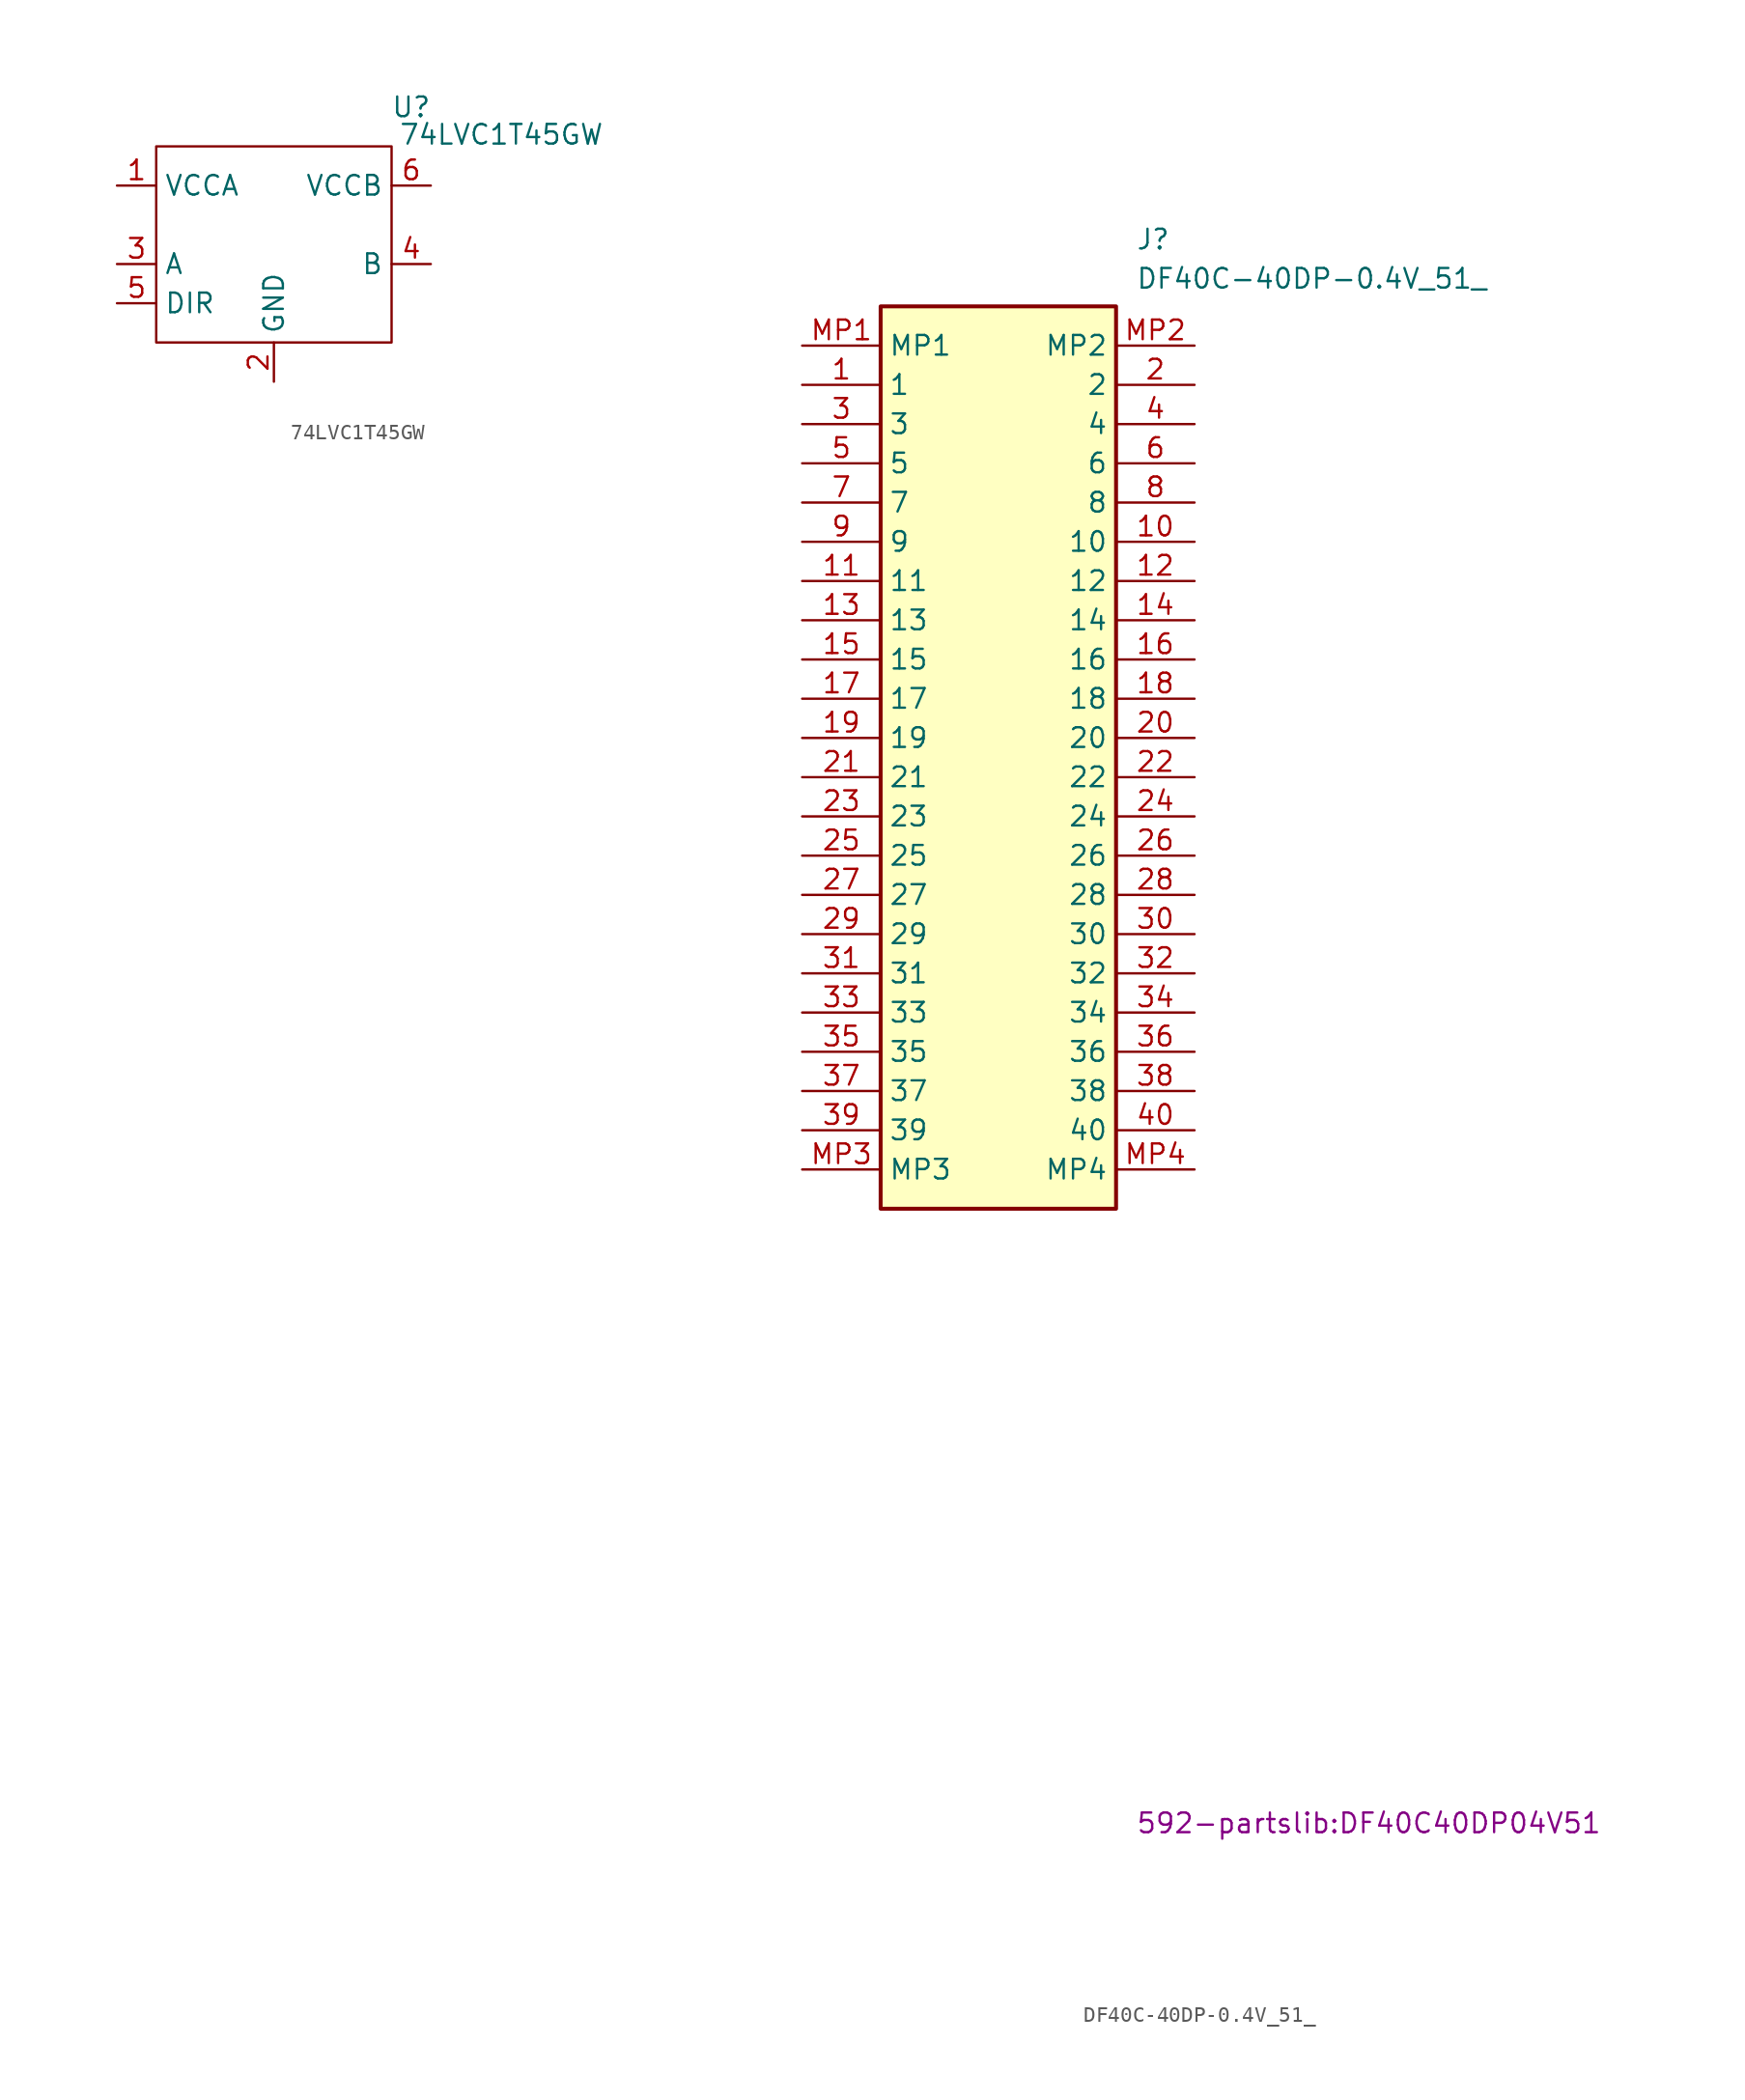
<source format=kicad_sym>
(kicad_symbol_lib
  (version 20241209)
  (generator "kicad_symbol_editor")
  (generator_version "9.0")
  (symbol "74LVC1T45GW"
    (property "Reference" "U"
      (at 8.89 8.89 0)
      (effects (font (size 1.27 1.27))))
    (property "Value" "74LVC1T45GW"
      (at 14.732 7.112 0)
      (effects (font (size 1.27 1.27))))
    (symbol "74LVC1T45GW_0_1"
      (rectangle (start -7.62 6.35) (end 7.62 -6.35) (stroke (width 0) (type default)) (fill (type none))))
    (symbol "74LVC1T45GW_1_1"
      (pin power_in line (at -10.16 3.81 0) (length 2.54) (name "VCCA" (effects (font (size 1.27 1.27)))) (number "1" (effects (font (size 1.27 1.27)))))
      (pin bidirectional line (at -10.16 -1.27 0) (length 2.54) (name "A" (effects (font (size 1.27 1.27)))) (number "3" (effects (font (size 1.27 1.27)))))
      (pin input line (at -10.16 -3.81 0) (length 2.54) (name "DIR" (effects (font (size 1.27 1.27)))) (number "5" (effects (font (size 1.27 1.27)))))
      (pin power_in line (at 0 -8.89 90) (length 2.54) (name "GND" (effects (font (size 1.27 1.27)))) (number "2" (effects (font (size 1.27 1.27)))))
      (pin power_in line (at 10.16 3.81 180) (length 2.54) (name "VCCB" (effects (font (size 1.27 1.27)))) (number "6" (effects (font (size 1.27 1.27)))))
      (pin bidirectional line (at 10.16 -1.27 180) (length 2.54) (name "B" (effects (font (size 1.27 1.27)))) (number "4" (effects (font (size 1.27 1.27)))))))
  (symbol "DF40C-40DP-0.4V_51_"
    (property "Reference" "J"
      (at 21.59 7.62 0)
      (effects (font (size 1.27 1.27)) (justify left top)))
    (property "Value" "DF40C-40DP-0.4V_51_"
      (at 21.59 5.08 0)
      (effects (font (size 1.27 1.27)) (justify left top)))
    (property "Footprint" "592-partslib:DF40C40DP04V51"
      (at 21.59 -94.92 0)
      (effects (font (size 1.27 1.27)) (justify left top)))
    (symbol "DF40C-40DP-0.4V_51__1_1"
      (rectangle (start 5.08 2.54) (end 20.32 -55.88) (stroke (width 0.254) (type default)) (fill (type background)))
      (pin passive line (at 0 0 0) (length 5.08) (name "MP1" (effects (font (size 1.27 1.27)))) (number "MP1" (effects (font (size 1.27 1.27)))))
      (pin passive line (at 0 -2.54 0) (length 5.08) (name "1" (effects (font (size 1.27 1.27)))) (number "1" (effects (font (size 1.27 1.27)))))
      (pin passive line (at 0 -5.08 0) (length 5.08) (name "3" (effects (font (size 1.27 1.27)))) (number "3" (effects (font (size 1.27 1.27)))))
      (pin passive line (at 0 -7.62 0) (length 5.08) (name "5" (effects (font (size 1.27 1.27)))) (number "5" (effects (font (size 1.27 1.27)))))
      (pin passive line (at 0 -10.16 0) (length 5.08) (name "7" (effects (font (size 1.27 1.27)))) (number "7" (effects (font (size 1.27 1.27)))))
      (pin passive line (at 0 -12.7 0) (length 5.08) (name "9" (effects (font (size 1.27 1.27)))) (number "9" (effects (font (size 1.27 1.27)))))
      (pin passive line (at 0 -15.24 0) (length 5.08) (name "11" (effects (font (size 1.27 1.27)))) (number "11" (effects (font (size 1.27 1.27)))))
      (pin passive line (at 0 -17.78 0) (length 5.08) (name "13" (effects (font (size 1.27 1.27)))) (number "13" (effects (font (size 1.27 1.27)))))
      (pin passive line (at 0 -20.32 0) (length 5.08) (name "15" (effects (font (size 1.27 1.27)))) (number "15" (effects (font (size 1.27 1.27)))))
      (pin passive line (at 0 -22.86 0) (length 5.08) (name "17" (effects (font (size 1.27 1.27)))) (number "17" (effects (font (size 1.27 1.27)))))
      (pin passive line (at 0 -25.4 0) (length 5.08) (name "19" (effects (font (size 1.27 1.27)))) (number "19" (effects (font (size 1.27 1.27)))))
      (pin passive line (at 0 -27.94 0) (length 5.08) (name "21" (effects (font (size 1.27 1.27)))) (number "21" (effects (font (size 1.27 1.27)))))
      (pin passive line (at 0 -30.48 0) (length 5.08) (name "23" (effects (font (size 1.27 1.27)))) (number "23" (effects (font (size 1.27 1.27)))))
      (pin passive line (at 0 -33.02 0) (length 5.08) (name "25" (effects (font (size 1.27 1.27)))) (number "25" (effects (font (size 1.27 1.27)))))
      (pin passive line (at 0 -35.56 0) (length 5.08) (name "27" (effects (font (size 1.27 1.27)))) (number "27" (effects (font (size 1.27 1.27)))))
      (pin passive line (at 0 -38.1 0) (length 5.08) (name "29" (effects (font (size 1.27 1.27)))) (number "29" (effects (font (size 1.27 1.27)))))
      (pin passive line (at 0 -40.64 0) (length 5.08) (name "31" (effects (font (size 1.27 1.27)))) (number "31" (effects (font (size 1.27 1.27)))))
      (pin passive line (at 0 -43.18 0) (length 5.08) (name "33" (effects (font (size 1.27 1.27)))) (number "33" (effects (font (size 1.27 1.27)))))
      (pin passive line (at 0 -45.72 0) (length 5.08) (name "35" (effects (font (size 1.27 1.27)))) (number "35" (effects (font (size 1.27 1.27)))))
      (pin passive line (at 0 -48.26 0) (length 5.08) (name "37" (effects (font (size 1.27 1.27)))) (number "37" (effects (font (size 1.27 1.27)))))
      (pin passive line (at 0 -50.8 0) (length 5.08) (name "39" (effects (font (size 1.27 1.27)))) (number "39" (effects (font (size 1.27 1.27)))))
      (pin passive line (at 0 -53.34 0) (length 5.08) (name "MP3" (effects (font (size 1.27 1.27)))) (number "MP3" (effects (font (size 1.27 1.27)))))
      (pin passive line (at 25.4 0 180) (length 5.08) (name "MP2" (effects (font (size 1.27 1.27)))) (number "MP2" (effects (font (size 1.27 1.27)))))
      (pin passive line (at 25.4 -2.54 180) (length 5.08) (name "2" (effects (font (size 1.27 1.27)))) (number "2" (effects (font (size 1.27 1.27)))))
      (pin passive line (at 25.4 -5.08 180) (length 5.08) (name "4" (effects (font (size 1.27 1.27)))) (number "4" (effects (font (size 1.27 1.27)))))
      (pin passive line (at 25.4 -7.62 180) (length 5.08) (name "6" (effects (font (size 1.27 1.27)))) (number "6" (effects (font (size 1.27 1.27)))))
      (pin passive line (at 25.4 -10.16 180) (length 5.08) (name "8" (effects (font (size 1.27 1.27)))) (number "8" (effects (font (size 1.27 1.27)))))
      (pin passive line (at 25.4 -12.7 180) (length 5.08) (name "10" (effects (font (size 1.27 1.27)))) (number "10" (effects (font (size 1.27 1.27)))))
      (pin passive line (at 25.4 -15.24 180) (length 5.08) (name "12" (effects (font (size 1.27 1.27)))) (number "12" (effects (font (size 1.27 1.27)))))
      (pin passive line (at 25.4 -17.78 180) (length 5.08) (name "14" (effects (font (size 1.27 1.27)))) (number "14" (effects (font (size 1.27 1.27)))))
      (pin passive line (at 25.4 -20.32 180) (length 5.08) (name "16" (effects (font (size 1.27 1.27)))) (number "16" (effects (font (size 1.27 1.27)))))
      (pin passive line (at 25.4 -22.86 180) (length 5.08) (name "18" (effects (font (size 1.27 1.27)))) (number "18" (effects (font (size 1.27 1.27)))))
      (pin passive line (at 25.4 -25.4 180) (length 5.08) (name "20" (effects (font (size 1.27 1.27)))) (number "20" (effects (font (size 1.27 1.27)))))
      (pin passive line (at 25.4 -27.94 180) (length 5.08) (name "22" (effects (font (size 1.27 1.27)))) (number "22" (effects (font (size 1.27 1.27)))))
      (pin passive line (at 25.4 -30.48 180) (length 5.08) (name "24" (effects (font (size 1.27 1.27)))) (number "24" (effects (font (size 1.27 1.27)))))
      (pin passive line (at 25.4 -33.02 180) (length 5.08) (name "26" (effects (font (size 1.27 1.27)))) (number "26" (effects (font (size 1.27 1.27)))))
      (pin passive line (at 25.4 -35.56 180) (length 5.08) (name "28" (effects (font (size 1.27 1.27)))) (number "28" (effects (font (size 1.27 1.27)))))
      (pin passive line (at 25.4 -38.1 180) (length 5.08) (name "30" (effects (font (size 1.27 1.27)))) (number "30" (effects (font (size 1.27 1.27)))))
      (pin passive line (at 25.4 -40.64 180) (length 5.08) (name "32" (effects (font (size 1.27 1.27)))) (number "32" (effects (font (size 1.27 1.27)))))
      (pin passive line (at 25.4 -43.18 180) (length 5.08) (name "34" (effects (font (size 1.27 1.27)))) (number "34" (effects (font (size 1.27 1.27)))))
      (pin passive line (at 25.4 -45.72 180) (length 5.08) (name "36" (effects (font (size 1.27 1.27)))) (number "36" (effects (font (size 1.27 1.27)))))
      (pin passive line (at 25.4 -48.26 180) (length 5.08) (name "38" (effects (font (size 1.27 1.27)))) (number "38" (effects (font (size 1.27 1.27)))))
      (pin passive line (at 25.4 -50.8 180) (length 5.08) (name "40" (effects (font (size 1.27 1.27)))) (number "40" (effects (font (size 1.27 1.27)))))
      (pin passive line (at 25.4 -53.34 180) (length 5.08) (name "MP4" (effects (font (size 1.27 1.27)))) (number "MP4" (effects (font (size 1.27 1.27))))))))
</source>
